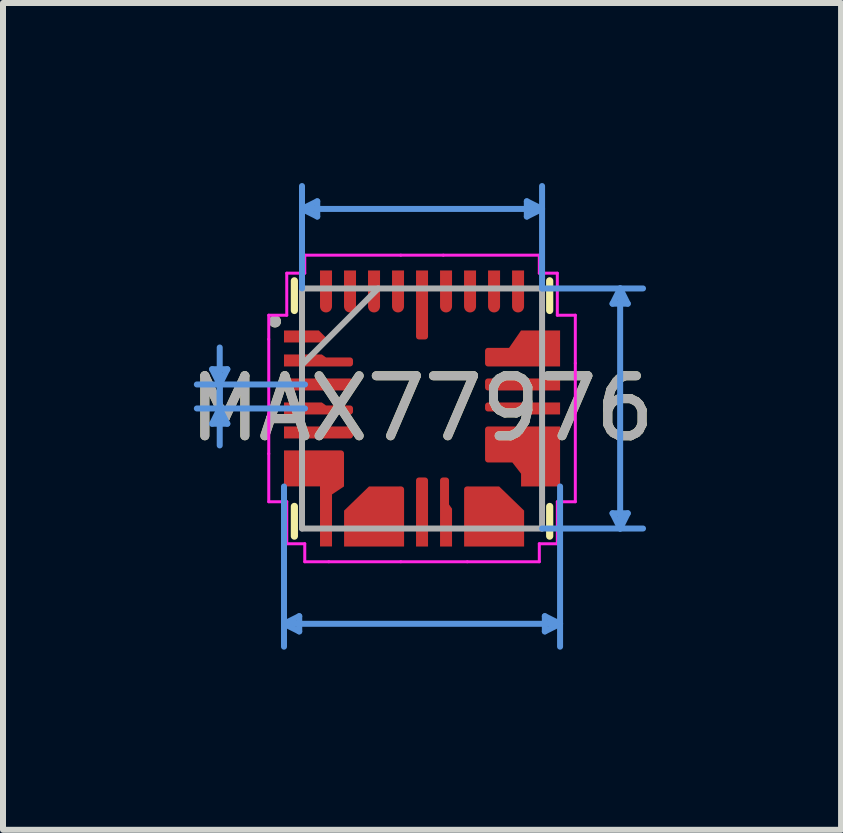
<source format=kicad_pcb>
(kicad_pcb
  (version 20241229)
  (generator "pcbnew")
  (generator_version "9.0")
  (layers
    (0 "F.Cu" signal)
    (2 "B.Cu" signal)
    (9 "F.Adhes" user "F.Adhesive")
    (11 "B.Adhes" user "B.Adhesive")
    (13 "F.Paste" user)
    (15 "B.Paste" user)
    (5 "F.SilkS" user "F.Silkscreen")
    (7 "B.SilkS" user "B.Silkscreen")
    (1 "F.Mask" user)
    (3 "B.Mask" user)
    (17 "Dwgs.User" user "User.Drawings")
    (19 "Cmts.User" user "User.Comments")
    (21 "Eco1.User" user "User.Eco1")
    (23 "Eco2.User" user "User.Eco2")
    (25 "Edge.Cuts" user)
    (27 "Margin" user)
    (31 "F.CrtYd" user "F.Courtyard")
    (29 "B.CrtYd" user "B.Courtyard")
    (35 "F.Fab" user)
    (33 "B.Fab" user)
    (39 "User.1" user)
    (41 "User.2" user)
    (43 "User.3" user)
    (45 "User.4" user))
  (footprint "MAX77976"
    (layer "F.Cu")
    (at 3.982 3.756)
    (property "Reference" "MAX77976" (at 0 0 0) (layer "F.SilkS") (effects (font (size 1 1) (thickness 0.15))))
    (attr smd)
    (fp_poly (pts (xy -1.72 -1.3) (xy -2.3 -1.3) (xy -2.3 -1.1) (xy -1.65 -1.1) (xy -1.64 -1.101) (xy -1.631 -1.104) (xy -1.622 -1.108) (xy -1.615 -1.115) (xy -1.609 -1.122) (xy -1.604 -1.131) (xy -1.601 -1.14) (xy -1.6 -1.15) (xy -1.6 -1.18)) (stroke (width 0.1) (type solid)) (fill yes) (layer "F.Mask"))
    (fp_poly (pts (xy -1.3 2.3) (xy -1.3 1.702) (xy -0.885 1.3) (xy -0.349 1.3) (xy -0.34 1.301) (xy -0.33 1.303) (xy -0.322 1.308) (xy -0.314 1.314) (xy -0.308 1.322) (xy -0.303 1.33) (xy -0.3 1.34) (xy -0.299 1.35) (xy -0.3 2.3)) (stroke (width 0.1) (type solid)) (fill yes) (layer "F.Mask"))
    (fp_poly (pts (xy 1.7 2.3) (xy 1.7 1.702) (xy 1.286 1.3) (xy 0.75 1.3) (xy 0.741 1.301) (xy 0.731 1.303) (xy 0.723 1.308) (xy 0.715 1.314) (xy 0.709 1.322) (xy 0.704 1.33) (xy 0.701 1.34) (xy 0.7 1.35) (xy 0.701 2.3)) (stroke (width 0.1) (type solid)) (fill yes) (layer "F.Mask"))
    (fp_poly (pts (xy -2.3 0.7) (xy -2.3 1.3) (xy -1.7 1.3) (xy -1.7 2.3) (xy -1.5 2.3) (xy -1.5 1.433) (xy -1.3 1.3) (xy -1.3 0.75) (xy -1.301 0.74) (xy -1.304 0.73) (xy -1.308 0.722) (xy -1.315 0.714) (xy -1.322 0.708) (xy -1.331 0.703) (xy -1.34 0.7) (xy -1.35 0.7)) (stroke (width 0.1) (type solid)) (fill yes) (layer "F.Mask"))
    (fp_poly (pts (xy -1.5 -2.3) (xy -1.7 -2.3) (xy -1.7 -1.7) (xy -1.698 -1.68) (xy -1.692 -1.662) (xy -1.683 -1.644) (xy -1.671 -1.629) (xy -1.656 -1.617) (xy -1.638 -1.608) (xy -1.62 -1.602) (xy -1.6 -1.6) (xy -1.58 -1.602) (xy -1.562 -1.608) (xy -1.544 -1.617) (xy -1.529 -1.629) (xy -1.517 -1.644) (xy -1.508 -1.662) (xy -1.502 -1.68) (xy -1.5 -1.7)) (stroke (width 0.1) (type solid)) (fill yes) (layer "F.Mask"))
    (fp_poly (pts (xy -1.1 -2.3) (xy -1.3 -2.3) (xy -1.3 -1.7) (xy -1.298 -1.68) (xy -1.292 -1.662) (xy -1.283 -1.644) (xy -1.271 -1.629) (xy -1.256 -1.617) (xy -1.238 -1.608) (xy -1.22 -1.602) (xy -1.2 -1.6) (xy -1.18 -1.602) (xy -1.162 -1.608) (xy -1.144 -1.617) (xy -1.129 -1.629) (xy -1.117 -1.644) (xy -1.108 -1.662) (xy -1.102 -1.68) (xy -1.1 -1.7)) (stroke (width 0.1) (type solid)) (fill yes) (layer "F.Mask"))
    (fp_poly (pts (xy -0.7 -2.3) (xy -0.9 -2.3) (xy -0.9 -1.7) (xy -0.898 -1.68) (xy -0.892 -1.662) (xy -0.883 -1.644) (xy -0.871 -1.629) (xy -0.856 -1.617) (xy -0.838 -1.608) (xy -0.82 -1.602) (xy -0.8 -1.6) (xy -0.78 -1.602) (xy -0.762 -1.608) (xy -0.744 -1.617) (xy -0.729 -1.629) (xy -0.717 -1.644) (xy -0.708 -1.662) (xy -0.702 -1.68) (xy -0.7 -1.7)) (stroke (width 0.1) (type solid)) (fill yes) (layer "F.Mask"))
    (fp_poly (pts (xy -0.3 -2.3) (xy -0.5 -2.3) (xy -0.5 -1.7) (xy -0.498 -1.68) (xy -0.492 -1.662) (xy -0.483 -1.644) (xy -0.471 -1.629) (xy -0.456 -1.617) (xy -0.438 -1.608) (xy -0.42 -1.602) (xy -0.4 -1.6) (xy -0.38 -1.602) (xy -0.362 -1.608) (xy -0.344 -1.617) (xy -0.329 -1.629) (xy -0.317 -1.644) (xy -0.308 -1.662) (xy -0.302 -1.68) (xy -0.3 -1.7)) (stroke (width 0.1) (type solid)) (fill yes) (layer "F.Mask"))
    (fp_poly (pts (xy 0.5 -2.3) (xy 0.3 -2.3) (xy 0.3 -1.7) (xy 0.302 -1.68) (xy 0.308 -1.662) (xy 0.317 -1.644) (xy 0.329 -1.629) (xy 0.344 -1.617) (xy 0.362 -1.608) (xy 0.38 -1.602) (xy 0.4 -1.6) (xy 0.42 -1.602) (xy 0.438 -1.608) (xy 0.456 -1.617) (xy 0.471 -1.629) (xy 0.483 -1.644) (xy 0.492 -1.662) (xy 0.498 -1.68) (xy 0.5 -1.7)) (stroke (width 0.1) (type solid)) (fill yes) (layer "F.Mask"))
    (fp_poly (pts (xy 0.9 -2.3) (xy 0.7 -2.3) (xy 0.7 -1.7) (xy 0.702 -1.68) (xy 0.708 -1.662) (xy 0.717 -1.644) (xy 0.729 -1.629) (xy 0.744 -1.617) (xy 0.762 -1.608) (xy 0.78 -1.602) (xy 0.8 -1.6) (xy 0.82 -1.602) (xy 0.838 -1.608) (xy 0.856 -1.617) (xy 0.871 -1.629) (xy 0.883 -1.644) (xy 0.892 -1.662) (xy 0.898 -1.68) (xy 0.9 -1.7)) (stroke (width 0.1) (type solid)) (fill yes) (layer "F.Mask"))
    (fp_poly (pts (xy 1.3 -2.3) (xy 1.1 -2.3) (xy 1.1 -1.7) (xy 1.102 -1.68) (xy 1.108 -1.662) (xy 1.117 -1.644) (xy 1.129 -1.629) (xy 1.144 -1.617) (xy 1.162 -1.608) (xy 1.18 -1.602) (xy 1.2 -1.6) (xy 1.22 -1.602) (xy 1.238 -1.608) (xy 1.256 -1.617) (xy 1.271 -1.629) (xy 1.283 -1.644) (xy 1.292 -1.662) (xy 1.298 -1.68) (xy 1.3 -1.7)) (stroke (width 0.1) (type solid)) (fill yes) (layer "F.Mask"))
    (fp_poly (pts (xy 1.7 -2.3) (xy 1.5 -2.3) (xy 1.5 -1.7) (xy 1.502 -1.68) (xy 1.508 -1.662) (xy 1.517 -1.644) (xy 1.529 -1.629) (xy 1.544 -1.617) (xy 1.562 -1.608) (xy 1.58 -1.602) (xy 1.6 -1.6) (xy 1.62 -1.602) (xy 1.638 -1.608) (xy 1.656 -1.617) (xy 1.671 -1.629) (xy 1.683 -1.644) (xy 1.692 -1.662) (xy 1.698 -1.68) (xy 1.7 -1.7)) (stroke (width 0.1) (type solid)) (fill yes) (layer "F.Mask"))
    (fp_poly (pts (xy -2.3 -0.5) (xy -2.3 -0.3) (xy -1.2 -0.3) (xy -1.19 -0.301) (xy -1.181 -0.304) (xy -1.172 -0.308) (xy -1.165 -0.315) (xy -1.158 -0.322) (xy -1.154 -0.331) (xy -1.151 -0.34) (xy -1.15 -0.35) (xy -1.15 -0.45) (xy -1.151 -0.46) (xy -1.154 -0.469) (xy -1.158 -0.478) (xy -1.164 -0.486) (xy -1.172 -0.492) (xy -1.181 -0.496) (xy -1.19 -0.499) (xy -1.2 -0.5)) (stroke (width 0.1) (type solid)) (fill yes) (layer "F.Mask"))
    (fp_poly (pts (xy -2.3 0.3) (xy -2.3 0.5) (xy -1.2 0.5) (xy -1.19 0.499) (xy -1.181 0.496) (xy -1.172 0.492) (xy -1.165 0.485) (xy -1.158 0.478) (xy -1.154 0.469) (xy -1.151 0.46) (xy -1.15 0.45) (xy -1.15 0.35) (xy -1.151 0.34) (xy -1.154 0.331) (xy -1.158 0.322) (xy -1.164 0.314) (xy -1.172 0.308) (xy -1.181 0.304) (xy -1.19 0.301) (xy -1.2 0.3)) (stroke (width 0.1) (type solid)) (fill yes) (layer "F.Mask"))
    (fp_poly (pts (xy -0.1 -2.3) (xy 0.1 -2.3) (xy 0.1 -1.2) (xy 0.099 -1.19) (xy 0.096 -1.181) (xy 0.092 -1.172) (xy 0.085 -1.165) (xy 0.078 -1.158) (xy 0.069 -1.154) (xy 0.06 -1.151) (xy 0.05 -1.15) (xy -0.05 -1.15) (xy -0.06 -1.151) (xy -0.069 -1.154) (xy -0.078 -1.158) (xy -0.086 -1.164) (xy -0.092 -1.172) (xy -0.096 -1.181) (xy -0.099 -1.19) (xy -0.1 -1.2)) (stroke (width 0.1) (type solid)) (fill yes) (layer "F.Mask"))
    (fp_poly (pts (xy -0.1 2.3) (xy 0.1 2.3) (xy 0.1 1.2) (xy 0.099 1.19) (xy 0.096 1.181) (xy 0.092 1.172) (xy 0.085 1.165) (xy 0.078 1.158) (xy 0.069 1.154) (xy 0.06 1.151) (xy 0.05 1.15) (xy -0.05 1.15) (xy -0.06 1.151) (xy -0.069 1.154) (xy -0.078 1.158) (xy -0.086 1.164) (xy -0.092 1.172) (xy -0.096 1.181) (xy -0.099 1.19) (xy -0.1 1.2)) (stroke (width 0.1) (type solid)) (fill yes) (layer "F.Mask"))
    (fp_poly (pts (xy 2.3 -0.3) (xy 2.3 -0.5) (xy 1.1 -0.5) (xy 1.09 -0.499) (xy 1.081 -0.496) (xy 1.072 -0.492) (xy 1.065 -0.485) (xy 1.058 -0.478) (xy 1.054 -0.469) (xy 1.051 -0.46) (xy 1.05 -0.45) (xy 1.05 -0.35) (xy 1.051 -0.34) (xy 1.054 -0.331) (xy 1.058 -0.322) (xy 1.064 -0.314) (xy 1.072 -0.308) (xy 1.081 -0.304) (xy 1.09 -0.301) (xy 1.1 -0.3)) (stroke (width 0.1) (type solid)) (fill yes) (layer "F.Mask"))
    (fp_poly (pts (xy 1.45 -1.01) (xy 1.65 -1.3) (xy 2.3 -1.3) (xy 2.3 -0.7) (xy 1.1 -0.7) (xy 1.09 -0.701) (xy 1.081 -0.704) (xy 1.072 -0.708) (xy 1.064 -0.714) (xy 1.058 -0.722) (xy 1.054 -0.731) (xy 1.051 -0.74) (xy 1.05 -0.75) (xy 1.05 -0.96) (xy 1.051 -0.97) (xy 1.058 -0.988) (xy 1.065 -0.995) (xy 1.072 -1.002) (xy 1.081 -1.006) (xy 1.09 -1.009) (xy 1.1 -1.01)) (stroke (width 0.1) (type solid)) (fill yes) (layer "F.Mask"))
    (fp_poly (pts (xy -2.3 -0.9) (xy -2.3 -0.7) (xy -1.2 -0.7) (xy -1.19 -0.701) (xy -1.181 -0.704) (xy -1.172 -0.708) (xy -1.165 -0.715) (xy -1.158 -0.722) (xy -1.154 -0.731) (xy -1.151 -0.74) (xy -1.15 -0.75) (xy -1.15 -0.8) (xy -1.151 -0.81) (xy -1.154 -0.819) (xy -1.158 -0.828) (xy -1.165 -0.835) (xy -1.172 -0.842) (xy -1.181 -0.846) (xy -1.19 -0.849) (xy -1.2 -0.85) (xy -1.6 -0.85) (xy -1.67 -0.9)) (stroke (width 0.1) (type solid)) (fill yes) (layer "F.Mask"))
    (fp_poly (pts (xy -2.3 -0.1) (xy -2.3 0.1) (xy -1.2 0.1) (xy -1.19 0.099) (xy -1.181 0.096) (xy -1.172 0.092) (xy -1.165 0.085) (xy -1.158 0.078) (xy -1.154 0.069) (xy -1.151 0.06) (xy -1.15 0.05) (xy -1.15 -0.000001) (xy -1.151 -0.01) (xy -1.154 -0.019) (xy -1.158 -0.028) (xy -1.165 -0.035) (xy -1.172 -0.042) (xy -1.181 -0.046) (xy -1.19 -0.049) (xy -1.2 -0.05) (xy -1.6 -0.05) (xy -1.67 -0.1)) (stroke (width 0.1) (type solid)) (fill yes) (layer "F.Mask"))
    (fp_poly (pts (xy 0.5 2.3) (xy 0.3 2.3) (xy 0.3 1.2) (xy 0.301 1.19) (xy 0.304 1.181) (xy 0.308 1.172) (xy 0.315 1.165) (xy 0.322 1.158) (xy 0.331 1.154) (xy 0.34 1.151) (xy 0.35 1.15) (xy 0.4 1.15) (xy 0.41 1.151) (xy 0.419 1.154) (xy 0.428 1.158) (xy 0.435 1.165) (xy 0.442 1.172) (xy 0.446 1.181) (xy 0.449 1.19) (xy 0.45 1.2) (xy 0.45 1.6) (xy 0.5 1.67)) (stroke (width 0.1) (type solid)) (fill yes) (layer "F.Mask"))
    (fp_poly (pts (xy 2.3 0.1) (xy 2.3 -0.1) (xy 1.1 -0.1) (xy 1.09 -0.099) (xy 1.081 -0.096) (xy 1.072 -0.092) (xy 1.065 -0.085) (xy 1.058 -0.078) (xy 1.054 -0.069) (xy 1.051 -0.06) (xy 1.05 -0.05) (xy 1.05 0.000001) (xy 1.051 0.01) (xy 1.054 0.019) (xy 1.058 0.028) (xy 1.065 0.035) (xy 1.072 0.042) (xy 1.081 0.046) (xy 1.09 0.049) (xy 1.1 0.05) (xy 1.5 0.05) (xy 1.57 0.1)) (stroke (width 0.1) (type solid)) (fill yes) (layer "F.Mask"))
    (fp_poly (pts (xy 1.1 0.3) (xy 1.09 0.301) (xy 1.081 0.304) (xy 1.072 0.308) (xy 1.065 0.315) (xy 1.058 0.322) (xy 1.054 0.331) (xy 1.051 0.34) (xy 1.05 0.35) (xy 1.05 0.45) (xy 1.05 0.75) (xy 1.05 0.85) (xy 1.051 0.86) (xy 1.058 0.878) (xy 1.064 0.886) (xy 1.072 0.892) (xy 1.081 0.896) (xy 1.09 0.899) (xy 1.1 0.9) (xy 1.505 0.9) (xy 1.65 1.087) (xy 1.65 1.3) (xy 2.3 1.3) (xy 2.3 0.3)) (stroke (width 0.1) (type solid)) (fill yes) (layer "F.Mask"))
    (fp_line (start -2.127 -1.633) (end -2.127 -2.127) (stroke (width 0.12) (type solid)) (layer "F.SilkS"))
    (fp_line (start -2.127 2.127) (end -2.127 1.632) (stroke (width 0.12) (type solid)) (layer "F.SilkS"))
    (fp_line (start 2.127 -2.127) (end 2.127 -1.633) (stroke (width 0.12) (type solid)) (layer "F.SilkS"))
    (fp_line (start 2.127 1.633) (end 2.127 2.127) (stroke (width 0.12) (type solid)) (layer "F.SilkS"))
    (fp_circle (center -2.45 -1.45) (end -2.4 -1.45) (stroke (width 0.1) (type solid)) (fill yes) (layer "F.SilkS"))
    (fp_poly (pts (xy -1.72 -1.3) (xy -2.3 -1.3) (xy -2.3 -1.1) (xy -1.65 -1.1) (xy -1.64 -1.101) (xy -1.631 -1.104) (xy -1.622 -1.108) (xy -1.615 -1.115) (xy -1.609 -1.122) (xy -1.604 -1.131) (xy -1.601 -1.14) (xy -1.6 -1.15) (xy -1.6 -1.18)) (stroke (width 0.1) (type solid)) (fill yes) (layer "F.Paste"))
    (fp_poly (pts (xy -1.3 2.3) (xy -1.3 1.702) (xy -0.885 1.3) (xy -0.349 1.3) (xy -0.34 1.301) (xy -0.33 1.303) (xy -0.322 1.308) (xy -0.314 1.314) (xy -0.308 1.322) (xy -0.303 1.33) (xy -0.3 1.34) (xy -0.299 1.35) (xy -0.3 2.3)) (stroke (width 0.1) (type solid)) (fill yes) (layer "F.Paste"))
    (fp_poly (pts (xy 1.7 2.3) (xy 1.7 1.702) (xy 1.286 1.3) (xy 0.75 1.3) (xy 0.741 1.301) (xy 0.731 1.303) (xy 0.723 1.308) (xy 0.715 1.314) (xy 0.709 1.322) (xy 0.704 1.33) (xy 0.701 1.34) (xy 0.7 1.35) (xy 0.701 2.3)) (stroke (width 0.1) (type solid)) (fill yes) (layer "F.Paste"))
    (fp_poly (pts (xy -2.3 0.7) (xy -2.3 1.3) (xy -1.7 1.3) (xy -1.7 2.3) (xy -1.5 2.3) (xy -1.5 1.433) (xy -1.3 1.3) (xy -1.3 0.75) (xy -1.301 0.74) (xy -1.304 0.73) (xy -1.308 0.722) (xy -1.315 0.714) (xy -1.322 0.708) (xy -1.331 0.703) (xy -1.34 0.7) (xy -1.35 0.7)) (stroke (width 0.1) (type solid)) (fill yes) (layer "F.Paste"))
    (fp_poly (pts (xy -1.5 -2.3) (xy -1.7 -2.3) (xy -1.7 -1.7) (xy -1.698 -1.68) (xy -1.692 -1.662) (xy -1.683 -1.644) (xy -1.671 -1.629) (xy -1.656 -1.617) (xy -1.638 -1.608) (xy -1.62 -1.602) (xy -1.6 -1.6) (xy -1.58 -1.602) (xy -1.562 -1.608) (xy -1.544 -1.617) (xy -1.529 -1.629) (xy -1.517 -1.644) (xy -1.508 -1.662) (xy -1.502 -1.68) (xy -1.5 -1.7)) (stroke (width 0.1) (type solid)) (fill yes) (layer "F.Paste"))
    (fp_poly (pts (xy -1.1 -2.3) (xy -1.3 -2.3) (xy -1.3 -1.7) (xy -1.298 -1.68) (xy -1.292 -1.662) (xy -1.283 -1.644) (xy -1.271 -1.629) (xy -1.256 -1.617) (xy -1.238 -1.608) (xy -1.22 -1.602) (xy -1.2 -1.6) (xy -1.18 -1.602) (xy -1.162 -1.608) (xy -1.144 -1.617) (xy -1.129 -1.629) (xy -1.117 -1.644) (xy -1.108 -1.662) (xy -1.102 -1.68) (xy -1.1 -1.7)) (stroke (width 0.1) (type solid)) (fill yes) (layer "F.Paste"))
    (fp_poly (pts (xy -0.7 -2.3) (xy -0.9 -2.3) (xy -0.9 -1.7) (xy -0.898 -1.68) (xy -0.892 -1.662) (xy -0.883 -1.644) (xy -0.871 -1.629) (xy -0.856 -1.617) (xy -0.838 -1.608) (xy -0.82 -1.602) (xy -0.8 -1.6) (xy -0.78 -1.602) (xy -0.762 -1.608) (xy -0.744 -1.617) (xy -0.729 -1.629) (xy -0.717 -1.644) (xy -0.708 -1.662) (xy -0.702 -1.68) (xy -0.7 -1.7)) (stroke (width 0.1) (type solid)) (fill yes) (layer "F.Paste"))
    (fp_poly (pts (xy -0.3 -2.3) (xy -0.5 -2.3) (xy -0.5 -1.7) (xy -0.498 -1.68) (xy -0.492 -1.662) (xy -0.483 -1.644) (xy -0.471 -1.629) (xy -0.456 -1.617) (xy -0.438 -1.608) (xy -0.42 -1.602) (xy -0.4 -1.6) (xy -0.38 -1.602) (xy -0.362 -1.608) (xy -0.344 -1.617) (xy -0.329 -1.629) (xy -0.317 -1.644) (xy -0.308 -1.662) (xy -0.302 -1.68) (xy -0.3 -1.7)) (stroke (width 0.1) (type solid)) (fill yes) (layer "F.Paste"))
    (fp_poly (pts (xy 0.5 -2.3) (xy 0.3 -2.3) (xy 0.3 -1.7) (xy 0.302 -1.68) (xy 0.308 -1.662) (xy 0.317 -1.644) (xy 0.329 -1.629) (xy 0.344 -1.617) (xy 0.362 -1.608) (xy 0.38 -1.602) (xy 0.4 -1.6) (xy 0.42 -1.602) (xy 0.438 -1.608) (xy 0.456 -1.617) (xy 0.471 -1.629) (xy 0.483 -1.644) (xy 0.492 -1.662) (xy 0.498 -1.68) (xy 0.5 -1.7)) (stroke (width 0.1) (type solid)) (fill yes) (layer "F.Paste"))
    (fp_poly (pts (xy 0.9 -2.3) (xy 0.7 -2.3) (xy 0.7 -1.7) (xy 0.702 -1.68) (xy 0.708 -1.662) (xy 0.717 -1.644) (xy 0.729 -1.629) (xy 0.744 -1.617) (xy 0.762 -1.608) (xy 0.78 -1.602) (xy 0.8 -1.6) (xy 0.82 -1.602) (xy 0.838 -1.608) (xy 0.856 -1.617) (xy 0.871 -1.629) (xy 0.883 -1.644) (xy 0.892 -1.662) (xy 0.898 -1.68) (xy 0.9 -1.7)) (stroke (width 0.1) (type solid)) (fill yes) (layer "F.Paste"))
    (fp_poly (pts (xy 1.3 -2.3) (xy 1.1 -2.3) (xy 1.1 -1.7) (xy 1.102 -1.68) (xy 1.108 -1.662) (xy 1.117 -1.644) (xy 1.129 -1.629) (xy 1.144 -1.617) (xy 1.162 -1.608) (xy 1.18 -1.602) (xy 1.2 -1.6) (xy 1.22 -1.602) (xy 1.238 -1.608) (xy 1.256 -1.617) (xy 1.271 -1.629) (xy 1.283 -1.644) (xy 1.292 -1.662) (xy 1.298 -1.68) (xy 1.3 -1.7)) (stroke (width 0.1) (type solid)) (fill yes) (layer "F.Paste"))
    (fp_poly (pts (xy 1.7 -2.3) (xy 1.5 -2.3) (xy 1.5 -1.7) (xy 1.502 -1.68) (xy 1.508 -1.662) (xy 1.517 -1.644) (xy 1.529 -1.629) (xy 1.544 -1.617) (xy 1.562 -1.608) (xy 1.58 -1.602) (xy 1.6 -1.6) (xy 1.62 -1.602) (xy 1.638 -1.608) (xy 1.656 -1.617) (xy 1.671 -1.629) (xy 1.683 -1.644) (xy 1.692 -1.662) (xy 1.698 -1.68) (xy 1.7 -1.7)) (stroke (width 0.1) (type solid)) (fill yes) (layer "F.Paste"))
    (fp_poly (pts (xy -2.3 -0.5) (xy -2.3 -0.3) (xy -1.2 -0.3) (xy -1.19 -0.301) (xy -1.181 -0.304) (xy -1.172 -0.308) (xy -1.165 -0.315) (xy -1.158 -0.322) (xy -1.154 -0.331) (xy -1.151 -0.34) (xy -1.15 -0.35) (xy -1.15 -0.45) (xy -1.151 -0.46) (xy -1.154 -0.469) (xy -1.158 -0.478) (xy -1.164 -0.486) (xy -1.172 -0.492) (xy -1.181 -0.496) (xy -1.19 -0.499) (xy -1.2 -0.5)) (stroke (width 0.1) (type solid)) (fill yes) (layer "F.Paste"))
    (fp_poly (pts (xy -2.3 0.3) (xy -2.3 0.5) (xy -1.2 0.5) (xy -1.19 0.499) (xy -1.181 0.496) (xy -1.172 0.492) (xy -1.165 0.485) (xy -1.158 0.478) (xy -1.154 0.469) (xy -1.151 0.46) (xy -1.15 0.45) (xy -1.15 0.35) (xy -1.151 0.34) (xy -1.154 0.331) (xy -1.158 0.322) (xy -1.164 0.314) (xy -1.172 0.308) (xy -1.181 0.304) (xy -1.19 0.301) (xy -1.2 0.3)) (stroke (width 0.1) (type solid)) (fill yes) (layer "F.Paste"))
    (fp_poly (pts (xy -0.1 -2.3) (xy 0.1 -2.3) (xy 0.1 -1.2) (xy 0.099 -1.19) (xy 0.096 -1.181) (xy 0.092 -1.172) (xy 0.085 -1.165) (xy 0.078 -1.158) (xy 0.069 -1.154) (xy 0.06 -1.151) (xy 0.05 -1.15) (xy -0.05 -1.15) (xy -0.06 -1.151) (xy -0.069 -1.154) (xy -0.078 -1.158) (xy -0.086 -1.164) (xy -0.092 -1.172) (xy -0.096 -1.181) (xy -0.099 -1.19) (xy -0.1 -1.2)) (stroke (width 0.1) (type solid)) (fill yes) (layer "F.Paste"))
    (fp_poly (pts (xy -0.1 2.3) (xy 0.1 2.3) (xy 0.1 1.2) (xy 0.099 1.19) (xy 0.096 1.181) (xy 0.092 1.172) (xy 0.085 1.165) (xy 0.078 1.158) (xy 0.069 1.154) (xy 0.06 1.151) (xy 0.05 1.15) (xy -0.05 1.15) (xy -0.06 1.151) (xy -0.069 1.154) (xy -0.078 1.158) (xy -0.086 1.164) (xy -0.092 1.172) (xy -0.096 1.181) (xy -0.099 1.19) (xy -0.1 1.2)) (stroke (width 0.1) (type solid)) (fill yes) (layer "F.Paste"))
    (fp_poly (pts (xy 2.3 -0.3) (xy 2.3 -0.5) (xy 1.1 -0.5) (xy 1.09 -0.499) (xy 1.081 -0.496) (xy 1.072 -0.492) (xy 1.065 -0.485) (xy 1.058 -0.478) (xy 1.054 -0.469) (xy 1.051 -0.46) (xy 1.05 -0.45) (xy 1.05 -0.35) (xy 1.051 -0.34) (xy 1.054 -0.331) (xy 1.058 -0.322) (xy 1.064 -0.314) (xy 1.072 -0.308) (xy 1.081 -0.304) (xy 1.09 -0.301) (xy 1.1 -0.3)) (stroke (width 0.1) (type solid)) (fill yes) (layer "F.Paste"))
    (fp_poly (pts (xy 1.45 -1.01) (xy 1.65 -1.3) (xy 2.3 -1.3) (xy 2.3 -0.7) (xy 1.1 -0.7) (xy 1.09 -0.701) (xy 1.081 -0.704) (xy 1.072 -0.708) (xy 1.064 -0.714) (xy 1.058 -0.722) (xy 1.054 -0.731) (xy 1.051 -0.74) (xy 1.05 -0.75) (xy 1.05 -0.96) (xy 1.051 -0.97) (xy 1.058 -0.988) (xy 1.065 -0.995) (xy 1.072 -1.002) (xy 1.081 -1.006) (xy 1.09 -1.009) (xy 1.1 -1.01)) (stroke (width 0.1) (type solid)) (fill yes) (layer "F.Paste"))
    (fp_poly (pts (xy -2.3 -0.9) (xy -2.3 -0.7) (xy -1.2 -0.7) (xy -1.19 -0.701) (xy -1.181 -0.704) (xy -1.172 -0.708) (xy -1.165 -0.715) (xy -1.158 -0.722) (xy -1.154 -0.731) (xy -1.151 -0.74) (xy -1.15 -0.75) (xy -1.15 -0.8) (xy -1.151 -0.81) (xy -1.154 -0.819) (xy -1.158 -0.828) (xy -1.165 -0.835) (xy -1.172 -0.842) (xy -1.181 -0.846) (xy -1.19 -0.849) (xy -1.2 -0.85) (xy -1.6 -0.85) (xy -1.67 -0.9)) (stroke (width 0.1) (type solid)) (fill yes) (layer "F.Paste"))
    (fp_poly (pts (xy -2.3 -0.1) (xy -2.3 0.1) (xy -1.2 0.1) (xy -1.19 0.099) (xy -1.181 0.096) (xy -1.172 0.092) (xy -1.165 0.085) (xy -1.158 0.078) (xy -1.154 0.069) (xy -1.151 0.06) (xy -1.15 0.05) (xy -1.15 -0.000001) (xy -1.151 -0.01) (xy -1.154 -0.019) (xy -1.158 -0.028) (xy -1.165 -0.035) (xy -1.172 -0.042) (xy -1.181 -0.046) (xy -1.19 -0.049) (xy -1.2 -0.05) (xy -1.6 -0.05) (xy -1.67 -0.1)) (stroke (width 0.1) (type solid)) (fill yes) (layer "F.Paste"))
    (fp_poly (pts (xy 0.5 2.3) (xy 0.3 2.3) (xy 0.3 1.2) (xy 0.301 1.19) (xy 0.304 1.181) (xy 0.308 1.172) (xy 0.315 1.165) (xy 0.322 1.158) (xy 0.331 1.154) (xy 0.34 1.151) (xy 0.35 1.15) (xy 0.4 1.15) (xy 0.41 1.151) (xy 0.419 1.154) (xy 0.428 1.158) (xy 0.435 1.165) (xy 0.442 1.172) (xy 0.446 1.181) (xy 0.449 1.19) (xy 0.45 1.2) (xy 0.45 1.6) (xy 0.5 1.67)) (stroke (width 0.1) (type solid)) (fill yes) (layer "F.Paste"))
    (fp_poly (pts (xy 2.3 0.1) (xy 2.3 -0.1) (xy 1.1 -0.1) (xy 1.09 -0.099) (xy 1.081 -0.096) (xy 1.072 -0.092) (xy 1.065 -0.085) (xy 1.058 -0.078) (xy 1.054 -0.069) (xy 1.051 -0.06) (xy 1.05 -0.05) (xy 1.05 0.000001) (xy 1.051 0.01) (xy 1.054 0.019) (xy 1.058 0.028) (xy 1.065 0.035) (xy 1.072 0.042) (xy 1.081 0.046) (xy 1.09 0.049) (xy 1.1 0.05) (xy 1.5 0.05) (xy 1.57 0.1)) (stroke (width 0.1) (type solid)) (fill yes) (layer "F.Paste"))
    (fp_poly (pts (xy 1.1 0.3) (xy 1.09 0.301) (xy 1.081 0.304) (xy 1.072 0.308) (xy 1.065 0.315) (xy 1.058 0.322) (xy 1.054 0.331) (xy 1.051 0.34) (xy 1.05 0.35) (xy 1.05 0.45) (xy 1.05 0.75) (xy 1.05 0.85) (xy 1.051 0.86) (xy 1.058 0.878) (xy 1.064 0.886) (xy 1.072 0.892) (xy 1.081 0.896) (xy 1.09 0.899) (xy 1.1 0.9) (xy 1.505 0.9) (xy 1.65 1.087) (xy 1.65 1.3) (xy 2.3 1.3) (xy 2.3 0.3)) (stroke (width 0.1) (type solid)) (fill yes) (layer "F.Paste"))
    (fp_line (start -3.498 -0.654) (end -3.371 -0.4) (stroke (width 0.1) (type solid)) (layer "Cmts.User"))
    (fp_line (start -3.498 0.254) (end -3.371 0) (stroke (width 0.1) (type solid)) (layer "Cmts.User"))
    (fp_line (start -3.498 0.254) (end -3.244 0.254) (stroke (width 0.1) (type solid)) (layer "Cmts.User"))
    (fp_line (start -3.371 -1.016) (end -3.371 0) (stroke (width 0.1) (type solid)) (layer "Cmts.User"))
    (fp_line (start -3.371 0.616) (end -3.371 -0.4) (stroke (width 0.1) (type solid)) (layer "Cmts.User"))
    (fp_line (start -3.244 -0.654) (end -3.498 -0.654) (stroke (width 0.1) (type solid)) (layer "Cmts.User"))
    (fp_line (start -3.244 -0.654) (end -3.371 -0.4) (stroke (width 0.1) (type solid)) (layer "Cmts.User"))
    (fp_line (start -3.244 0.254) (end -3.371 0) (stroke (width 0.1) (type solid)) (layer "Cmts.User"))
    (fp_line (start -2.3 3.588) (end 2.3 3.588) (stroke (width 0.1) (type solid)) (layer "Cmts.User"))
    (fp_line (start -2.3 1.3) (end -2.3 3.969) (stroke (width 0.1) (type solid)) (layer "Cmts.User"))
    (fp_line (start -2.046 3.715) (end -2.3 3.588) (stroke (width 0.1) (type solid)) (layer "Cmts.User"))
    (fp_line (start -2.046 3.715) (end -2.046 3.461) (stroke (width 0.1) (type solid)) (layer "Cmts.User"))
    (fp_line (start -2.046 3.461) (end -2.3 3.588) (stroke (width 0.1) (type solid)) (layer "Cmts.User"))
    (fp_line (start -2 -2) (end -2 -3.706) (stroke (width 0.1) (type solid)) (layer "Cmts.User"))
    (fp_line (start -1.95 -0.4) (end -3.752 -0.4) (stroke (width 0.1) (type solid)) (layer "Cmts.User"))
    (fp_line (start -1.95 0) (end -3.752 0) (stroke (width 0.1) (type solid)) (layer "Cmts.User"))
    (fp_line (start -1.746 -3.452) (end -2 -3.325) (stroke (width 0.1) (type solid)) (layer "Cmts.User"))
    (fp_line (start -1.746 -3.198) (end -2 -3.325) (stroke (width 0.1) (type solid)) (layer "Cmts.User"))
    (fp_line (start -1.746 -3.198) (end -1.746 -3.452) (stroke (width 0.1) (type solid)) (layer "Cmts.User"))
    (fp_line (start 1.746 -3.198) (end 2 -3.325) (stroke (width 0.1) (type solid)) (layer "Cmts.User"))
    (fp_line (start 1.746 -3.452) (end 1.746 -3.198) (stroke (width 0.1) (type solid)) (layer "Cmts.User"))
    (fp_line (start 1.746 -3.452) (end 2 -3.325) (stroke (width 0.1) (type solid)) (layer "Cmts.User"))
    (fp_line (start 2 -3.325) (end -2 -3.325) (stroke (width 0.1) (type solid)) (layer "Cmts.User"))
    (fp_line (start 2 -2) (end 2 -3.706) (stroke (width 0.1) (type solid)) (layer "Cmts.User"))
    (fp_line (start 2 -2) (end 3.682 -2) (stroke (width 0.1) (type solid)) (layer "Cmts.User"))
    (fp_line (start 2 2) (end 3.682 2) (stroke (width 0.1) (type solid)) (layer "Cmts.User"))
    (fp_line (start 2.046 3.715) (end 2.3 3.588) (stroke (width 0.1) (type solid)) (layer "Cmts.User"))
    (fp_line (start 2.046 3.461) (end 2.046 3.715) (stroke (width 0.1) (type solid)) (layer "Cmts.User"))
    (fp_line (start 2.046 3.461) (end 2.3 3.588) (stroke (width 0.1) (type solid)) (layer "Cmts.User"))
    (fp_line (start 2.3 1.3) (end 2.3 3.969) (stroke (width 0.1) (type solid)) (layer "Cmts.User"))
    (fp_line (start 3.174 1.746) (end 3.301 2) (stroke (width 0.1) (type solid)) (layer "Cmts.User"))
    (fp_line (start 3.174 -1.746) (end 3.301 -2) (stroke (width 0.1) (type solid)) (layer "Cmts.User"))
    (fp_line (start 3.174 -1.746) (end 3.428 -1.746) (stroke (width 0.1) (type solid)) (layer "Cmts.User"))
    (fp_line (start 3.301 2) (end 3.301 -2) (stroke (width 0.1) (type solid)) (layer "Cmts.User"))
    (fp_line (start 3.428 1.746) (end 3.174 1.746) (stroke (width 0.1) (type solid)) (layer "Cmts.User"))
    (fp_line (start 3.428 1.746) (end 3.301 2) (stroke (width 0.1) (type solid)) (layer "Cmts.User"))
    (fp_line (start 3.428 -1.746) (end 3.301 -2) (stroke (width 0.1) (type solid)) (layer "Cmts.User"))
    (fp_line (start -2.554 -1.154) (end -2.554 0.754) (stroke (width 0.05) (type solid)) (layer "F.CrtYd"))
    (fp_line (start -2.554 0.754) (end -2.554 1.554) (stroke (width 0.05) (type solid)) (layer "F.CrtYd"))
    (fp_line (start -2.554 1.554) (end -2.254 1.554) (stroke (width 0.05) (type solid)) (layer "F.CrtYd"))
    (fp_line (start -2.554 -1.554) (end -2.554 -1.154) (stroke (width 0.05) (type solid)) (layer "F.CrtYd"))
    (fp_line (start -2.254 -2.254) (end -2.254 -1.554) (stroke (width 0.05) (type solid)) (layer "F.CrtYd"))
    (fp_line (start -2.254 -1.554) (end -2.554 -1.554) (stroke (width 0.05) (type solid)) (layer "F.CrtYd"))
    (fp_line (start -2.254 1.554) (end -2.254 2.254) (stroke (width 0.05) (type solid)) (layer "F.CrtYd"))
    (fp_line (start -2.254 2.254) (end -1.954 2.254) (stroke (width 0.05) (type solid)) (layer "F.CrtYd"))
    (fp_line (start -1.954 2.254) (end -1.954 2.554) (stroke (width 0.05) (type solid)) (layer "F.CrtYd"))
    (fp_line (start -1.954 2.554) (end -1.554 2.554) (stroke (width 0.05) (type solid)) (layer "F.CrtYd"))
    (fp_line (start -1.954 -2.554) (end -1.954 -2.254) (stroke (width 0.05) (type solid)) (layer "F.CrtYd"))
    (fp_line (start -1.954 -2.254) (end -2.254 -2.254) (stroke (width 0.05) (type solid)) (layer "F.CrtYd"))
    (fp_line (start -1.554 2.554) (end -0.354 2.554) (stroke (width 0.05) (type solid)) (layer "F.CrtYd"))
    (fp_line (start -0.354 -2.554) (end -1.954 -2.554) (stroke (width 0.05) (type solid)) (layer "F.CrtYd"))
    (fp_line (start -0.354 2.554) (end 0.754 2.554) (stroke (width 0.05) (type solid)) (layer "F.CrtYd"))
    (fp_line (start 0.354 -2.554) (end -0.354 -2.554) (stroke (width 0.05) (type solid)) (layer "F.CrtYd"))
    (fp_line (start 0.754 2.554) (end 1.954 2.554) (stroke (width 0.05) (type solid)) (layer "F.CrtYd"))
    (fp_line (start 1.954 -2.554) (end 0.354 -2.554) (stroke (width 0.05) (type solid)) (layer "F.CrtYd"))
    (fp_line (start 1.954 -2.254) (end 1.954 -2.554) (stroke (width 0.05) (type solid)) (layer "F.CrtYd"))
    (fp_line (start 1.954 2.254) (end 2.254 2.254) (stroke (width 0.05) (type solid)) (layer "F.CrtYd"))
    (fp_line (start 1.954 2.554) (end 1.954 2.254) (stroke (width 0.05) (type solid)) (layer "F.CrtYd"))
    (fp_line (start 2.254 -2.254) (end 1.954 -2.254) (stroke (width 0.05) (type solid)) (layer "F.CrtYd"))
    (fp_line (start 2.254 -1.554) (end 2.254 -2.254) (stroke (width 0.05) (type solid)) (layer "F.CrtYd"))
    (fp_line (start 2.254 1.554) (end 2.554 1.554) (stroke (width 0.05) (type solid)) (layer "F.CrtYd"))
    (fp_line (start 2.254 2.254) (end 2.254 1.554) (stroke (width 0.05) (type solid)) (layer "F.CrtYd"))
    (fp_line (start 2.554 -1.554) (end 2.254 -1.554) (stroke (width 0.05) (type solid)) (layer "F.CrtYd"))
    (fp_line (start 2.554 -0.754) (end 2.554 -1.554) (stroke (width 0.05) (type solid)) (layer "F.CrtYd"))
    (fp_line (start 2.554 0.046) (end 2.554 -0.754) (stroke (width 0.05) (type solid)) (layer "F.CrtYd"))
    (fp_line (start 2.554 1.554) (end 2.554 0.046) (stroke (width 0.05) (type solid)) (layer "F.CrtYd"))
    (fp_line (start -2 -2) (end -2 2) (stroke (width 0.1) (type solid)) (layer "F.Fab"))
    (fp_line (start -2 -0.73) (end -0.73 -2) (stroke (width 0.1) (type solid)) (layer "F.Fab"))
    (fp_line (start -2 2) (end 2 2) (stroke (width 0.1) (type solid)) (layer "F.Fab"))
    (fp_line (start 2 -2) (end -2 -2) (stroke (width 0.1) (type solid)) (layer "F.Fab"))
    (fp_line (start 2 2) (end 2 -2) (stroke (width 0.1) (type solid)) (layer "F.Fab"))
    (fp_circle (center -2.45 -1.45) (end -2.4 -1.45) (stroke (width 0.1) (type solid)) (fill no) (layer "F.Fab"))
    (fp_text user "${REFERENCE}" (at 0 0 0) (unlocked yes) (layer "F.Fab") (effects (font (size 1 1) (thickness 0.15))))
    (pad "1" smd custom (at -1.95 -1.2) (size 0.127 0.127) (layers "F.Cu" "F.Mask" "F.Paste") (options (anchor rect)) (primitives (gr_poly (pts (xy 0.23 -0.1) (xy -0.35 -0.1) (xy -0.35 0.1) (xy 0.3 0.1) (xy 0.31 0.099) (xy 0.319 0.096) (xy 0.328 0.092) (xy 0.335 0.085) (xy 0.341 0.078) (xy 0.346 0.069) (xy 0.349 0.06) (xy 0.35 0.05) (xy 0.35 0.02)) (width 0) (fill yes))))
    (pad "2" smd custom (at -1.95 -0.8) (size 0.127 0.127) (layers "F.Cu" "F.Mask" "F.Paste") (options (anchor rect)) (primitives (gr_poly (pts (xy -0.35 -0.1) (xy -0.35 0.1) (xy 0.75 0.1) (xy 0.76 0.099) (xy 0.769 0.096) (xy 0.778 0.092) (xy 0.785 0.085) (xy 0.792 0.078) (xy 0.796 0.069) (xy 0.799 0.06) (xy 0.8 0.05) (xy 0.8 0) (xy 0.799 -0.01) (xy 0.796 -0.019) (xy 0.792 -0.028) (xy 0.785 -0.035) (xy 0.778 -0.042) (xy 0.769 -0.046) (xy 0.76 -0.049) (xy 0.75 -0.05) (xy 0.35 -0.05) (xy 0.28 -0.1)) (width 0) (fill yes))))
    (pad "3" smd custom (at -1.95 -0.4) (size 0.127 0.127) (layers "F.Cu" "F.Mask" "F.Paste") (options (anchor rect)) (primitives (gr_poly (pts (xy -0.35 -0.1) (xy -0.35 0.1) (xy 0.75 0.1) (xy 0.76 0.099) (xy 0.769 0.096) (xy 0.778 0.092) (xy 0.785 0.085) (xy 0.792 0.078) (xy 0.796 0.069) (xy 0.799 0.06) (xy 0.8 0.05) (xy 0.8 -0.05) (xy 0.799 -0.06) (xy 0.796 -0.069) (xy 0.792 -0.078) (xy 0.786 -0.086) (xy 0.778 -0.092) (xy 0.769 -0.096) (xy 0.76 -0.099) (xy 0.75 -0.1)) (width 0) (fill yes))))
    (pad "4" smd custom (at -1.95 0) (size 0.127 0.127) (layers "F.Cu" "F.Mask" "F.Paste") (options (anchor rect)) (primitives (gr_poly (pts (xy -0.35 -0.1) (xy -0.35 0.1) (xy 0.75 0.1) (xy 0.76 0.099) (xy 0.769 0.096) (xy 0.778 0.092) (xy 0.785 0.085) (xy 0.792 0.078) (xy 0.796 0.069) (xy 0.799 0.06) (xy 0.8 0.05) (xy 0.8 -0.000001) (xy 0.799 -0.01) (xy 0.796 -0.019) (xy 0.792 -0.028) (xy 0.785 -0.035) (xy 0.778 -0.042) (xy 0.769 -0.046) (xy 0.76 -0.049) (xy 0.75 -0.05) (xy 0.35 -0.05) (xy 0.28 -0.1)) (width 0) (fill yes))))
    (pad "5" smd custom (at -1.95 0.4) (size 0.127 0.127) (layers "F.Cu" "F.Mask" "F.Paste") (options (anchor rect)) (primitives (gr_poly (pts (xy -0.35 -0.1) (xy -0.35 0.1) (xy 0.75 0.1) (xy 0.76 0.099) (xy 0.769 0.096) (xy 0.778 0.092) (xy 0.785 0.085) (xy 0.792 0.078) (xy 0.796 0.069) (xy 0.799 0.06) (xy 0.8 0.05) (xy 0.8 -0.05) (xy 0.799 -0.06) (xy 0.796 -0.069) (xy 0.792 -0.078) (xy 0.786 -0.086) (xy 0.778 -0.092) (xy 0.769 -0.096) (xy 0.76 -0.099) (xy 0.75 -0.1)) (width 0) (fill yes))))
    (pad "6" smd rect (at -1.956 0.813) (size 0.127 0.127) (layers "F.Cu" "F.Mask" "F.Paste"))
    (pad "7" smd rect (at -1.956 1.168) (size 0.127 0.127) (layers "F.Cu" "F.Mask" "F.Paste"))
    (pad "8" smd custom (at -1.6 1.727 90) (size 0.127 0.127) (layers "F.Cu" "F.Mask" "F.Paste") (options (anchor rect)) (primitives (gr_poly (pts (xy 1.028 -0.7) (xy 0.428 -0.7) (xy 0.428 -0.1) (xy -0.572 -0.1) (xy -0.572 0.1) (xy 0.295 0.1) (xy 0.428 0.3) (xy 0.978 0.3) (xy 0.987 0.299) (xy 0.997 0.296) (xy 1.005 0.292) (xy 1.013 0.286) (xy 1.019 0.278) (xy 1.024 0.269) (xy 1.027 0.26) (xy 1.028 0.25)) (width 0) (fill yes))))
    (pad "9" smd custom (at -1.168 1.93 90) (size 0.127 0.127) (layers "F.Cu" "F.Mask" "F.Paste") (options (anchor rect)) (primitives (gr_poly (pts (xy -0.37 -0.131) (xy 0.228 -0.131) (xy 0.63 0.284) (xy 0.631 0.819) (xy 0.63 0.829) (xy 0.627 0.838) (xy 0.622 0.847) (xy 0.616 0.854) (xy 0.609 0.861) (xy 0.6 0.865) (xy 0.591 0.868) (xy 0.581 0.869) (xy -0.37 0.869)) (width 0) (fill yes))))
    (pad "10" smd rect (at -0.787 1.93 90) (size 0.127 0.127) (layers "F.Cu" "F.Mask" "F.Paste"))
    (pad "11" smd rect (at -0.406 1.93 90) (size 0.127 0.127) (layers "F.Cu" "F.Mask" "F.Paste"))
    (pad "12" smd custom (at 0 1.725 90) (size 0.127 0.127) (layers "F.Cu" "F.Mask" "F.Paste") (options (anchor rect)) (primitives (gr_poly (pts (xy -0.575 -0.1) (xy -0.575 0.1) (xy 0.525 0.1) (xy 0.535 0.099) (xy 0.544 0.096) (xy 0.553 0.092) (xy 0.56 0.085) (xy 0.567 0.078) (xy 0.571 0.069) (xy 0.574 0.06) (xy 0.575 0.05) (xy 0.575 -0.05) (xy 0.574 -0.06) (xy 0.571 -0.069) (xy 0.567 -0.078) (xy 0.561 -0.086) (xy 0.553 -0.092) (xy 0.544 -0.096) (xy 0.535 -0.099) (xy 0.525 -0.1)) (width 0) (fill yes))))
    (pad "13" smd custom (at 0.4 1.725 90) (size 0.127 0.127) (layers "F.Cu" "F.Mask" "F.Paste") (options (anchor rect)) (primitives (gr_poly (pts (xy -0.575 0.1) (xy -0.575 -0.1) (xy 0.525 -0.1) (xy 0.535 -0.099) (xy 0.544 -0.096) (xy 0.553 -0.092) (xy 0.56 -0.085) (xy 0.567 -0.078) (xy 0.571 -0.069) (xy 0.574 -0.06) (xy 0.575 -0.05) (xy 0.575 0) (xy 0.574 0.01) (xy 0.571 0.019) (xy 0.567 0.028) (xy 0.56 0.035) (xy 0.553 0.042) (xy 0.544 0.046) (xy 0.535 0.049) (xy 0.525 0.05) (xy 0.125 0.05) (xy 0.055 0.1)) (width 0) (fill yes))))
    (pad "14" smd rect (at 0.813 1.93 90) (size 0.127 0.127) (layers "F.Cu" "F.Mask" "F.Paste"))
    (pad "15" smd rect (at 1.219 1.93 90) (size 0.127 0.127) (layers "F.Cu" "F.Mask" "F.Paste"))
    (pad "16" smd custom (at 1.575 1.93 90) (size 0.127 0.127) (layers "F.Cu" "F.Mask" "F.Paste") (options (anchor rect)) (primitives (gr_poly (pts (xy -0.37 0.126) (xy 0.228 0.126) (xy 0.63 -0.289) (xy 0.631 -0.824) (xy 0.63 -0.834) (xy 0.627 -0.844) (xy 0.622 -0.852) (xy 0.616 -0.86) (xy 0.609 -0.866) (xy 0.6 -0.871) (xy 0.591 -0.873) (xy 0.581 -0.874) (xy -0.37 -0.874)) (width 0) (fill yes))))
    (pad "17" smd rect (at 1.956 1.168) (size 0.127 0.127) (layers "F.Cu" "F.Mask" "F.Paste"))
    (pad "18" smd rect (at 1.956 0.787) (size 0.127 0.127) (layers "F.Cu" "F.Mask" "F.Paste"))
    (pad "19" smd custom (at 1.956 0.406) (size 0.127 0.127) (layers "F.Cu" "F.Mask" "F.Paste") (options (anchor rect)) (primitives (gr_poly (pts (xy -0.856 -0.106) (xy -0.866 -0.105) (xy -0.875 -0.103) (xy -0.884 -0.098) (xy -0.891 -0.092) (xy -0.897 -0.084) (xy -0.902 -0.076) (xy -0.905 -0.066) (xy -0.906 -0.056) (xy -0.906 0.044) (xy -0.906 0.344) (xy -0.906 0.444) (xy -0.905 0.454) (xy -0.898 0.472) (xy -0.891 0.479) (xy -0.884 0.485) (xy -0.875 0.49) (xy -0.866 0.493) (xy -0.856 0.494) (xy -0.451 0.494) (xy -0.306 0.681) (xy -0.306 0.894) (xy 0.344 0.894) (xy 0.344 -0.106)) (width 0) (fill yes))))
    (pad "20" smd custom (at 1.725 0.000001) (size 0.127 0.127) (layers "F.Cu" "F.Mask" "F.Paste") (options (anchor rect)) (primitives (gr_poly (pts (xy 0.575 0.1) (xy 0.575 -0.1) (xy -0.625 -0.1) (xy -0.635 -0.099) (xy -0.644 -0.096) (xy -0.653 -0.092) (xy -0.66 -0.085) (xy -0.667 -0.078) (xy -0.671 -0.069) (xy -0.674 -0.06) (xy -0.675 -0.05) (xy -0.675 0) (xy -0.674 0.01) (xy -0.671 0.019) (xy -0.667 0.028) (xy -0.66 0.035) (xy -0.653 0.042) (xy -0.644 0.046) (xy -0.635 0.049) (xy -0.625 0.05) (xy -0.225 0.05) (xy -0.155 0.1)) (width 0) (fill yes))))
    (pad "21" smd custom (at 1.725 -0.4) (size 0.127 0.127) (layers "F.Cu" "F.Mask" "F.Paste") (options (anchor rect)) (primitives (gr_poly (pts (xy 0.575 0.1) (xy 0.575 -0.1) (xy -0.625 -0.1) (xy -0.635 -0.099) (xy -0.644 -0.096) (xy -0.653 -0.092) (xy -0.66 -0.085) (xy -0.667 -0.078) (xy -0.671 -0.069) (xy -0.674 -0.06) (xy -0.675 -0.05) (xy -0.675 0.05) (xy -0.674 0.06) (xy -0.671 0.069) (xy -0.667 0.078) (xy -0.661 0.086) (xy -0.653 0.092) (xy -0.644 0.096) (xy -0.635 0.099) (xy -0.625 0.1)) (width 0) (fill yes))))
    (pad "22" smd rect (at 1.956 -0.813) (size 0.127 0.127) (layers "F.Cu" "F.Mask" "F.Paste"))
    (pad "23" smd custom (at 1.956 -1.194) (size 0.127 0.127) (layers "F.Cu" "F.Mask" "F.Paste") (options (anchor rect)) (primitives (gr_poly (pts (xy -0.506 0.184) (xy -0.306 -0.106) (xy 0.344 -0.106) (xy 0.344 0.494) (xy -0.856 0.494) (xy -0.866 0.493) (xy -0.875 0.49) (xy -0.884 0.486) (xy -0.891 0.479) (xy -0.898 0.472) (xy -0.902 0.463) (xy -0.905 0.454) (xy -0.906 0.444) (xy -0.906 0.234) (xy -0.905 0.224) (xy -0.897 0.206) (xy -0.891 0.198) (xy -0.884 0.192) (xy -0.875 0.188) (xy -0.866 0.185) (xy -0.856 0.184)) (width 0) (fill yes))))
    (pad "24" smd custom (at 1.6 -1.95 90) (size 0.127 0.127) (layers "F.Cu" "F.Mask" "F.Paste") (options (anchor rect)) (primitives (gr_poly (pts (xy 0.35 0.1) (xy 0.35 -0.1) (xy -0.25 -0.1) (xy -0.27 -0.098) (xy -0.288 -0.092) (xy -0.306 -0.083) (xy -0.321 -0.071) (xy -0.333 -0.056) (xy -0.342 -0.038) (xy -0.348 -0.02) (xy -0.35 0.000001) (xy -0.348 0.02) (xy -0.342 0.038) (xy -0.333 0.056) (xy -0.321 0.071) (xy -0.306 0.083) (xy -0.288 0.092) (xy -0.27 0.098) (xy -0.25 0.1)) (width 0) (fill yes))))
    (pad "25" smd custom (at 1.2 -1.95 90) (size 0.127 0.127) (layers "F.Cu" "F.Mask" "F.Paste") (options (anchor rect)) (primitives (gr_poly (pts (xy 0.35 0.1) (xy 0.35 -0.1) (xy -0.25 -0.1) (xy -0.27 -0.098) (xy -0.288 -0.092) (xy -0.306 -0.083) (xy -0.321 -0.071) (xy -0.333 -0.056) (xy -0.342 -0.038) (xy -0.348 -0.02) (xy -0.35 0) (xy -0.348 0.02) (xy -0.342 0.038) (xy -0.333 0.056) (xy -0.321 0.071) (xy -0.306 0.083) (xy -0.288 0.092) (xy -0.27 0.098) (xy -0.25 0.1)) (width 0) (fill yes))))
    (pad "26" smd custom (at 0.8 -1.95 90) (size 0.127 0.127) (layers "F.Cu" "F.Mask" "F.Paste") (options (anchor rect)) (primitives (gr_poly (pts (xy 0.35 0.1) (xy 0.35 -0.1) (xy -0.25 -0.1) (xy -0.27 -0.098) (xy -0.288 -0.092) (xy -0.306 -0.083) (xy -0.321 -0.071) (xy -0.333 -0.056) (xy -0.342 -0.038) (xy -0.348 -0.02) (xy -0.35 0) (xy -0.348 0.02) (xy -0.342 0.038) (xy -0.333 0.056) (xy -0.321 0.071) (xy -0.306 0.083) (xy -0.288 0.092) (xy -0.27 0.098) (xy -0.25 0.1)) (width 0) (fill yes))))
    (pad "27" smd custom (at 0.4 -1.95 90) (size 0.127 0.127) (layers "F.Cu" "F.Mask" "F.Paste") (options (anchor rect)) (primitives (gr_poly (pts (xy 0.35 0.1) (xy 0.35 -0.1) (xy -0.25 -0.1) (xy -0.27 -0.098) (xy -0.288 -0.092) (xy -0.306 -0.083) (xy -0.321 -0.071) (xy -0.333 -0.056) (xy -0.342 -0.038) (xy -0.348 -0.02) (xy -0.35 0) (xy -0.348 0.02) (xy -0.342 0.038) (xy -0.333 0.056) (xy -0.321 0.071) (xy -0.306 0.083) (xy -0.288 0.092) (xy -0.27 0.098) (xy -0.25 0.1)) (width 0) (fill yes))))
    (pad "28" smd custom (at 0 -1.725 90) (size 0.127 0.127) (layers "F.Cu" "F.Mask" "F.Paste") (options (anchor rect)) (primitives (gr_poly (pts (xy 0.575 -0.1) (xy 0.575 0.1) (xy -0.525 0.1) (xy -0.535 0.099) (xy -0.544 0.096) (xy -0.553 0.092) (xy -0.56 0.085) (xy -0.567 0.078) (xy -0.571 0.069) (xy -0.574 0.06) (xy -0.575 0.05) (xy -0.575 -0.05) (xy -0.574 -0.06) (xy -0.571 -0.069) (xy -0.567 -0.078) (xy -0.561 -0.086) (xy -0.553 -0.092) (xy -0.544 -0.096) (xy -0.535 -0.099) (xy -0.525 -0.1)) (width 0) (fill yes))))
    (pad "29" smd custom (at -0.4 -1.95 90) (size 0.127 0.127) (layers "F.Cu" "F.Mask" "F.Paste") (options (anchor rect)) (primitives (gr_poly (pts (xy 0.35 0.1) (xy 0.35 -0.1) (xy -0.25 -0.1) (xy -0.27 -0.098) (xy -0.288 -0.092) (xy -0.306 -0.083) (xy -0.321 -0.071) (xy -0.333 -0.056) (xy -0.342 -0.038) (xy -0.348 -0.02) (xy -0.35 0) (xy -0.348 0.02) (xy -0.342 0.038) (xy -0.333 0.056) (xy -0.321 0.071) (xy -0.306 0.083) (xy -0.288 0.092) (xy -0.27 0.098) (xy -0.25 0.1)) (width 0) (fill yes))))
    (pad "30" smd custom (at -0.8 -1.95 90) (size 0.127 0.127) (layers "F.Cu" "F.Mask" "F.Paste") (options (anchor rect)) (primitives (gr_poly (pts (xy 0.35 0.1) (xy 0.35 -0.1) (xy -0.25 -0.1) (xy -0.27 -0.098) (xy -0.288 -0.092) (xy -0.306 -0.083) (xy -0.321 -0.071) (xy -0.333 -0.056) (xy -0.342 -0.038) (xy -0.348 -0.02) (xy -0.35 0) (xy -0.348 0.02) (xy -0.342 0.038) (xy -0.333 0.056) (xy -0.321 0.071) (xy -0.306 0.083) (xy -0.288 0.092) (xy -0.27 0.098) (xy -0.25 0.1)) (width 0) (fill yes))))
    (pad "31" smd custom (at -1.2 -1.95 90) (size 0.127 0.127) (layers "F.Cu" "F.Mask" "F.Paste") (options (anchor rect)) (primitives (gr_poly (pts (xy 0.35 0.1) (xy 0.35 -0.1) (xy -0.25 -0.1) (xy -0.27 -0.098) (xy -0.288 -0.092) (xy -0.306 -0.083) (xy -0.321 -0.071) (xy -0.333 -0.056) (xy -0.342 -0.038) (xy -0.348 -0.02) (xy -0.35 0) (xy -0.348 0.02) (xy -0.342 0.038) (xy -0.333 0.056) (xy -0.321 0.071) (xy -0.306 0.083) (xy -0.288 0.092) (xy -0.27 0.098) (xy -0.25 0.1)) (width 0) (fill yes))))
    (pad "32" smd custom (at -1.6 -1.95 90) (size 0.127 0.127) (layers "F.Cu" "F.Mask" "F.Paste") (options (anchor rect)) (primitives (gr_poly (pts (xy 0.35 0.1) (xy 0.35 -0.1) (xy -0.25 -0.1) (xy -0.27 -0.098) (xy -0.288 -0.092) (xy -0.306 -0.083) (xy -0.321 -0.071) (xy -0.333 -0.056) (xy -0.342 -0.038) (xy -0.348 -0.02) (xy -0.35 0) (xy -0.348 0.02) (xy -0.342 0.038) (xy -0.333 0.056) (xy -0.321 0.071) (xy -0.306 0.083) (xy -0.288 0.092) (xy -0.27 0.098) (xy -0.25 0.1)) (width 0) (fill yes)))))
  (gr_rect
    (start -3 -3)
    (end 10.964 10.776)
    (stroke (width 0.1) (type default))
    (fill no)
    (layer "Edge.Cuts")))
</source>
